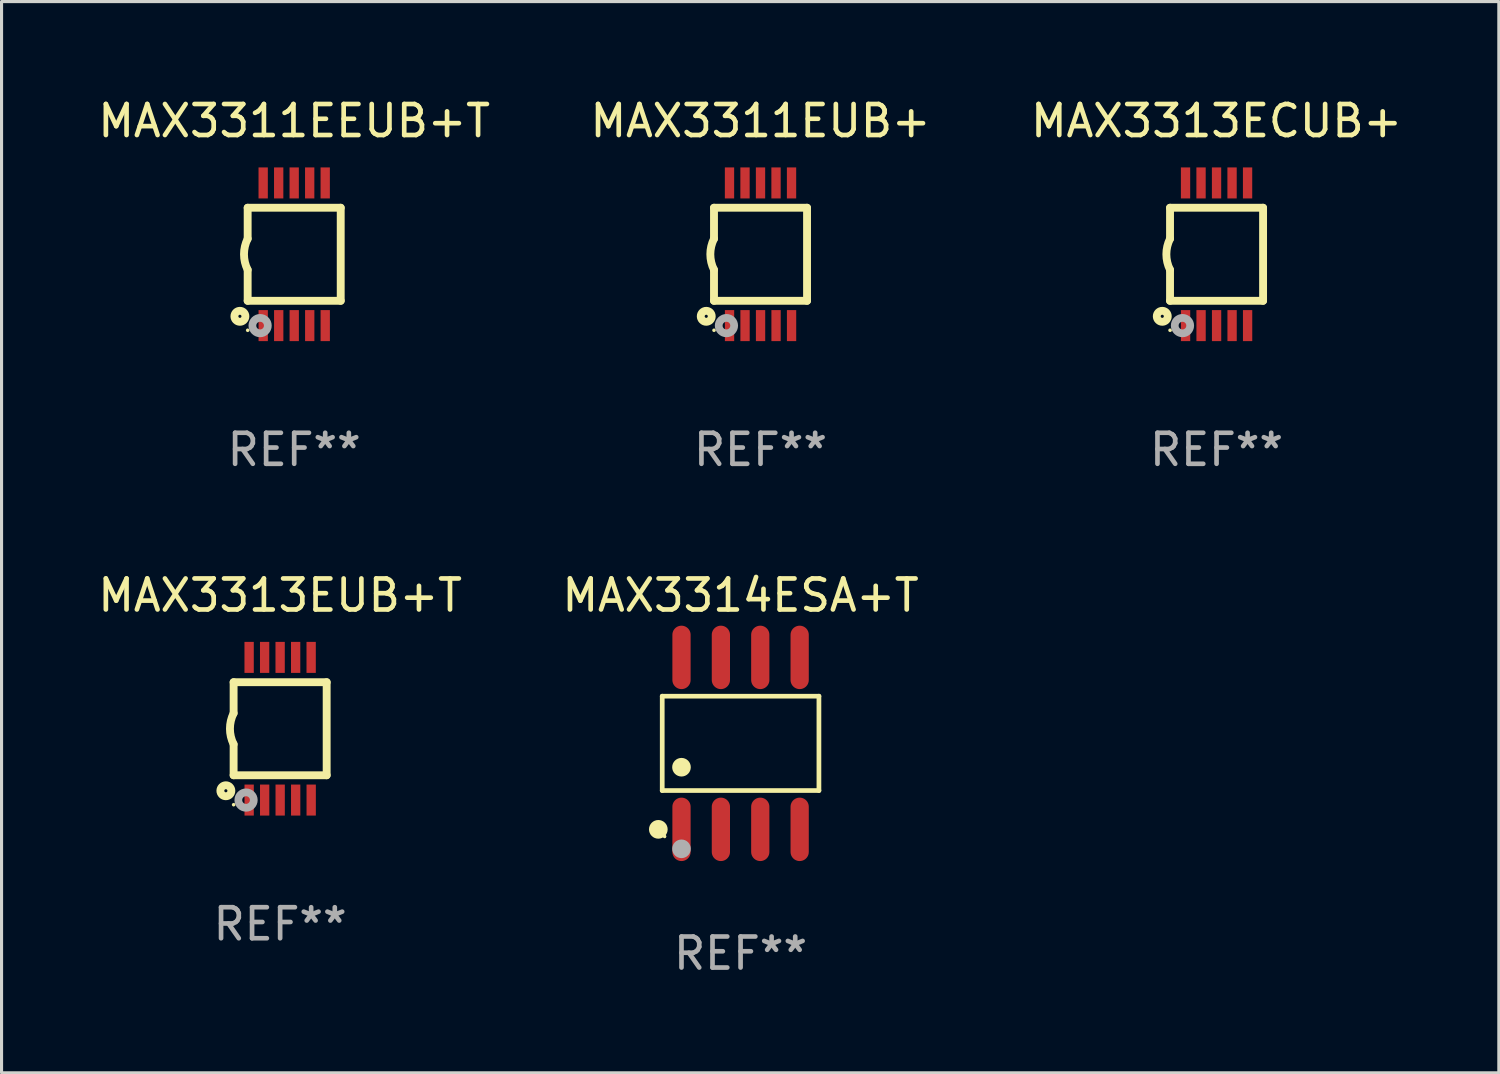
<source format=kicad_pcb>
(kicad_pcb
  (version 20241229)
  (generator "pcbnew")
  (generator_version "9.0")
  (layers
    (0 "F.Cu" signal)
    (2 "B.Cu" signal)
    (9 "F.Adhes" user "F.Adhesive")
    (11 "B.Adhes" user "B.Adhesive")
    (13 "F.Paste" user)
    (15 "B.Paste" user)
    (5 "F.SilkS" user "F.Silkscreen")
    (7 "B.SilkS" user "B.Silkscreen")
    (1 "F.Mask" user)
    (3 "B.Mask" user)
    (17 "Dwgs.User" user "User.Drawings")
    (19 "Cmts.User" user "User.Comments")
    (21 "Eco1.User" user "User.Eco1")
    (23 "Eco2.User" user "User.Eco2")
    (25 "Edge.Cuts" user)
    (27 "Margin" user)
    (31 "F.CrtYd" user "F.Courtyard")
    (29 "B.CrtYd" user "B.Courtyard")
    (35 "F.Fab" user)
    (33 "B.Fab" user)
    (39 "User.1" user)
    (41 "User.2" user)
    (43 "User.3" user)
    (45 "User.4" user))
  (footprint "MAX3313ECUB+"
    (layer "F.Cu")
    (at 36.173 5.148)
    (property "Reference" "MAX3313ECUB+" (at 0 -4.3 0) (layer "F.SilkS") (effects (font (size 1 1) (thickness 0.15))))
    (attr through_hole)
    (fp_line (start -1.5 -1.5) (end -1.5 -0.5) (stroke (width 0.254) (type solid)) (layer "F.SilkS"))
    (fp_line (start -1.5 1.5) (end -1.5 0.5) (stroke (width 0.254) (type solid)) (layer "F.SilkS"))
    (fp_line (start -1.5 1.5) (end 1.5 1.5) (stroke (width 0.254) (type solid)) (layer "F.SilkS"))
    (fp_line (start 1.5 1.5) (end 1.5 -1.5) (stroke (width 0.254) (type solid)) (layer "F.SilkS"))
    (fp_line (start 1.5 -1.5) (end -1.5 -1.5) (stroke (width 0.254) (type solid)) (layer "F.SilkS"))
    (fp_arc (start -1.500165 0.5) (mid -1.618199 0) (end -1.500165 -0.5) (stroke (width 0.254001) (type solid)) (layer "F.SilkS"))
    (fp_circle (center -1.75 2) (end -1.573 2) (stroke (width 0.254) (type solid)) (fill no) (layer "F.SilkS"))
    (fp_circle (center -1.499 2.45) (end -1.469 2.45) (stroke (width 0.06) (type solid)) (fill no) (layer "F.SilkS"))
    (fp_circle (center -1.099 2.3) (end -0.975 2.3) (stroke (width 0.25) (type solid)) (fill no) (layer "F.Fab"))
    (fp_text user "REF**" (at 0 6.3 0) (layer "F.Fab") (effects (font (size 1 1) (thickness 0.15))))
    (pad "1" smd rect (at -0.999 2.3 180) (size 0.3 1) (layers "F.Cu" "F.Mask" "F.Paste"))
    (pad "2" smd rect (at -0.499 2.3 180) (size 0.3 1) (layers "F.Cu" "F.Mask" "F.Paste"))
    (pad "3" smd rect (at 0.001 2.3 180) (size 0.3 1) (layers "F.Cu" "F.Mask" "F.Paste"))
    (pad "4" smd rect (at 0.501 2.3 180) (size 0.3 1) (layers "F.Cu" "F.Mask" "F.Paste"))
    (pad "5" smd rect (at 1.001 2.3 180) (size 0.3 1) (layers "F.Cu" "F.Mask" "F.Paste"))
    (pad "6" smd rect (at 1 -2.3 180) (size 0.3 1) (layers "F.Cu" "F.Mask" "F.Paste"))
    (pad "7" smd rect (at 0.5 -2.3 180) (size 0.3 1) (layers "F.Cu" "F.Mask" "F.Paste"))
    (pad "8" smd rect (at -0.000165 -2.3 180) (size 0.3 1) (layers "F.Cu" "F.Mask" "F.Paste"))
    (pad "9" smd rect (at -0.5 -2.3 180) (size 0.3 1) (layers "F.Cu" "F.Mask" "F.Paste"))
    (pad "10" smd rect (at -1 -2.3 180) (size 0.3 1) (layers "F.Cu" "F.Mask" "F.Paste")))
  (footprint "MAX3313EUB+T"
    (layer "F.Cu")
    (at 5.982 20.445)
    (property "Reference" "MAX3313EUB+T" (at 0 -4.3 0) (layer "F.SilkS") (effects (font (size 1 1) (thickness 0.15))))
    (attr through_hole)
    (fp_line (start -1.5 -1.5) (end -1.5 -0.5) (stroke (width 0.254) (type solid)) (layer "F.SilkS"))
    (fp_line (start -1.5 1.5) (end -1.5 0.5) (stroke (width 0.254) (type solid)) (layer "F.SilkS"))
    (fp_line (start -1.5 1.5) (end 1.5 1.5) (stroke (width 0.254) (type solid)) (layer "F.SilkS"))
    (fp_line (start 1.5 1.5) (end 1.5 -1.5) (stroke (width 0.254) (type solid)) (layer "F.SilkS"))
    (fp_line (start 1.5 -1.5) (end -1.5 -1.5) (stroke (width 0.254) (type solid)) (layer "F.SilkS"))
    (fp_arc (start -1.500165 0.5) (mid -1.618199 0) (end -1.500165 -0.5) (stroke (width 0.254001) (type solid)) (layer "F.SilkS"))
    (fp_circle (center -1.75 2) (end -1.573 2) (stroke (width 0.254) (type solid)) (fill no) (layer "F.SilkS"))
    (fp_circle (center -1.499 2.45) (end -1.469 2.45) (stroke (width 0.06) (type solid)) (fill no) (layer "F.SilkS"))
    (fp_circle (center -1.099 2.3) (end -0.975 2.3) (stroke (width 0.25) (type solid)) (fill no) (layer "F.Fab"))
    (fp_text user "REF**" (at 0 6.3 0) (layer "F.Fab") (effects (font (size 1 1) (thickness 0.15))))
    (pad "1" smd rect (at -0.999 2.3 180) (size 0.3 1) (layers "F.Cu" "F.Mask" "F.Paste"))
    (pad "2" smd rect (at -0.499 2.3 180) (size 0.3 1) (layers "F.Cu" "F.Mask" "F.Paste"))
    (pad "3" smd rect (at 0.001 2.3 180) (size 0.3 1) (layers "F.Cu" "F.Mask" "F.Paste"))
    (pad "4" smd rect (at 0.501 2.3 180) (size 0.3 1) (layers "F.Cu" "F.Mask" "F.Paste"))
    (pad "5" smd rect (at 1.001 2.3 180) (size 0.3 1) (layers "F.Cu" "F.Mask" "F.Paste"))
    (pad "6" smd rect (at 1 -2.3 180) (size 0.3 1) (layers "F.Cu" "F.Mask" "F.Paste"))
    (pad "7" smd rect (at 0.5 -2.3 180) (size 0.3 1) (layers "F.Cu" "F.Mask" "F.Paste"))
    (pad "8" smd rect (at -0.000165 -2.3 180) (size 0.3 1) (layers "F.Cu" "F.Mask" "F.Paste"))
    (pad "9" smd rect (at -0.5 -2.3 180) (size 0.3 1) (layers "F.Cu" "F.Mask" "F.Paste"))
    (pad "10" smd rect (at -1 -2.3 180) (size 0.3 1) (layers "F.Cu" "F.Mask" "F.Paste")))
  (footprint "MAX3311EUB+"
    (layer "F.Cu")
    (at 21.47 5.148)
    (property "Reference" "MAX3311EUB+" (at 0 -4.3 0) (layer "F.SilkS") (effects (font (size 1 1) (thickness 0.15))))
    (attr through_hole)
    (fp_line (start -1.5 -1.5) (end -1.5 -0.5) (stroke (width 0.254) (type solid)) (layer "F.SilkS"))
    (fp_line (start -1.5 1.5) (end -1.5 0.5) (stroke (width 0.254) (type solid)) (layer "F.SilkS"))
    (fp_line (start -1.5 1.5) (end 1.5 1.5) (stroke (width 0.254) (type solid)) (layer "F.SilkS"))
    (fp_line (start 1.5 1.5) (end 1.5 -1.5) (stroke (width 0.254) (type solid)) (layer "F.SilkS"))
    (fp_line (start 1.5 -1.5) (end -1.5 -1.5) (stroke (width 0.254) (type solid)) (layer "F.SilkS"))
    (fp_arc (start -1.500165 0.5) (mid -1.618199 0) (end -1.500165 -0.5) (stroke (width 0.254001) (type solid)) (layer "F.SilkS"))
    (fp_circle (center -1.75 2) (end -1.573 2) (stroke (width 0.254) (type solid)) (fill no) (layer "F.SilkS"))
    (fp_circle (center -1.499 2.45) (end -1.469 2.45) (stroke (width 0.06) (type solid)) (fill no) (layer "F.SilkS"))
    (fp_circle (center -1.099 2.3) (end -0.975 2.3) (stroke (width 0.25) (type solid)) (fill no) (layer "F.Fab"))
    (fp_text user "REF**" (at 0 6.3 0) (layer "F.Fab") (effects (font (size 1 1) (thickness 0.15))))
    (pad "1" smd rect (at -0.999 2.3 180) (size 0.3 1) (layers "F.Cu" "F.Mask" "F.Paste"))
    (pad "2" smd rect (at -0.499 2.3 180) (size 0.3 1) (layers "F.Cu" "F.Mask" "F.Paste"))
    (pad "3" smd rect (at 0.001 2.3 180) (size 0.3 1) (layers "F.Cu" "F.Mask" "F.Paste"))
    (pad "4" smd rect (at 0.501 2.3 180) (size 0.3 1) (layers "F.Cu" "F.Mask" "F.Paste"))
    (pad "5" smd rect (at 1.001 2.3 180) (size 0.3 1) (layers "F.Cu" "F.Mask" "F.Paste"))
    (pad "6" smd rect (at 1 -2.3 180) (size 0.3 1) (layers "F.Cu" "F.Mask" "F.Paste"))
    (pad "7" smd rect (at 0.5 -2.3 180) (size 0.3 1) (layers "F.Cu" "F.Mask" "F.Paste"))
    (pad "8" smd rect (at -0.000165 -2.3 180) (size 0.3 1) (layers "F.Cu" "F.Mask" "F.Paste"))
    (pad "9" smd rect (at -0.5 -2.3 180) (size 0.3 1) (layers "F.Cu" "F.Mask" "F.Paste"))
    (pad "10" smd rect (at -1 -2.3 180) (size 0.3 1) (layers "F.Cu" "F.Mask" "F.Paste")))
  (footprint "MAX3311EEUB+T"
    (layer "F.Cu")
    (at 6.435 5.148)
    (property "Reference" "MAX3311EEUB+T" (at 0 -4.3 0) (layer "F.SilkS") (effects (font (size 1 1) (thickness 0.15))))
    (attr through_hole)
    (fp_line (start -1.5 -1.5) (end -1.5 -0.5) (stroke (width 0.254) (type solid)) (layer "F.SilkS"))
    (fp_line (start -1.5 1.5) (end -1.5 0.5) (stroke (width 0.254) (type solid)) (layer "F.SilkS"))
    (fp_line (start -1.5 1.5) (end 1.5 1.5) (stroke (width 0.254) (type solid)) (layer "F.SilkS"))
    (fp_line (start 1.5 1.5) (end 1.5 -1.5) (stroke (width 0.254) (type solid)) (layer "F.SilkS"))
    (fp_line (start 1.5 -1.5) (end -1.5 -1.5) (stroke (width 0.254) (type solid)) (layer "F.SilkS"))
    (fp_arc (start -1.500165 0.5) (mid -1.618199 0) (end -1.500165 -0.5) (stroke (width 0.254001) (type solid)) (layer "F.SilkS"))
    (fp_circle (center -1.75 2) (end -1.573 2) (stroke (width 0.254) (type solid)) (fill no) (layer "F.SilkS"))
    (fp_circle (center -1.499 2.45) (end -1.469 2.45) (stroke (width 0.06) (type solid)) (fill no) (layer "F.SilkS"))
    (fp_circle (center -1.099 2.3) (end -0.975 2.3) (stroke (width 0.25) (type solid)) (fill no) (layer "F.Fab"))
    (fp_text user "REF**" (at 0 6.3 0) (layer "F.Fab") (effects (font (size 1 1) (thickness 0.15))))
    (pad "1" smd rect (at -0.999 2.3 180) (size 0.3 1) (layers "F.Cu" "F.Mask" "F.Paste"))
    (pad "2" smd rect (at -0.499 2.3 180) (size 0.3 1) (layers "F.Cu" "F.Mask" "F.Paste"))
    (pad "3" smd rect (at 0.001 2.3 180) (size 0.3 1) (layers "F.Cu" "F.Mask" "F.Paste"))
    (pad "4" smd rect (at 0.501 2.3 180) (size 0.3 1) (layers "F.Cu" "F.Mask" "F.Paste"))
    (pad "5" smd rect (at 1.001 2.3 180) (size 0.3 1) (layers "F.Cu" "F.Mask" "F.Paste"))
    (pad "6" smd rect (at 1 -2.3 180) (size 0.3 1) (layers "F.Cu" "F.Mask" "F.Paste"))
    (pad "7" smd rect (at 0.5 -2.3 180) (size 0.3 1) (layers "F.Cu" "F.Mask" "F.Paste"))
    (pad "8" smd rect (at -0.000165 -2.3 180) (size 0.3 1) (layers "F.Cu" "F.Mask" "F.Paste"))
    (pad "9" smd rect (at -0.5 -2.3 180) (size 0.3 1) (layers "F.Cu" "F.Mask" "F.Paste"))
    (pad "10" smd rect (at -1 -2.3 180) (size 0.3 1) (layers "F.Cu" "F.Mask" "F.Paste")))
  (footprint "MAX3314ESA+T"
    (layer "F.Cu")
    (at 20.827 20.917)
    (property "Reference" "MAX3314ESA+T" (at 0 -4.772 0) (layer "F.SilkS") (effects (font (size 1 1) (thickness 0.15))))
    (attr through_hole)
    (fp_line (start -2.526 -1.521) (end 2.526 -1.521) (stroke (width 0.152) (type solid)) (layer "F.SilkS"))
    (fp_line (start -2.526 1.521) (end -2.526 -1.521) (stroke (width 0.152) (type solid)) (layer "F.SilkS"))
    (fp_line (start 2.526 -1.521) (end 2.526 1.521) (stroke (width 0.152) (type solid)) (layer "F.SilkS"))
    (fp_line (start 2.526 1.521) (end -2.526 1.521) (stroke (width 0.152) (type solid)) (layer "F.SilkS"))
    (fp_circle (center -2.652 2.772) (end -2.501 2.772) (stroke (width 0.3) (type solid)) (fill no) (layer "F.SilkS"))
    (fp_circle (center -2.45 3) (end -2.42 3) (stroke (width 0.06) (type solid)) (fill no) (layer "F.SilkS"))
    (fp_circle (center -1.905 0.769) (end -1.755 0.769) (stroke (width 0.3) (type solid)) (fill no) (layer "F.SilkS"))
    (fp_circle (center -1.905 3.4) (end -1.755 3.4) (stroke (width 0.3) (type solid)) (fill no) (layer "F.Fab"))
    (fp_text user "REF**" (at 0 6.772 0) (layer "F.Fab") (effects (font (size 1 1) (thickness 0.15))))
    (pad "1" smd oval (at -1.905 2.772) (size 0.588 2.045) (layers "F.Cu" "F.Mask" "F.Paste"))
    (pad "2" smd oval (at -0.635 2.772) (size 0.588 2.045) (layers "F.Cu" "F.Mask" "F.Paste"))
    (pad "3" smd oval (at 0.635 2.772) (size 0.588 2.045) (layers "F.Cu" "F.Mask" "F.Paste"))
    (pad "4" smd oval (at 1.905 2.772) (size 0.588 2.045) (layers "F.Cu" "F.Mask" "F.Paste"))
    (pad "5" smd oval (at 1.905 -2.772) (size 0.588 2.045) (layers "F.Cu" "F.Mask" "F.Paste"))
    (pad "6" smd oval (at 0.635 -2.772) (size 0.588 2.045) (layers "F.Cu" "F.Mask" "F.Paste"))
    (pad "7" smd oval (at -0.635 -2.772) (size 0.588 2.045) (layers "F.Cu" "F.Mask" "F.Paste"))
    (pad "8" smd oval (at -1.905 -2.772) (size 0.588 2.045) (layers "F.Cu" "F.Mask" "F.Paste")))
  (gr_rect
    (start -3 -3)
    (end 45.274 31.538)
    (stroke (width 0.1) (type default))
    (fill no)
    (layer "Edge.Cuts")))
</source>
